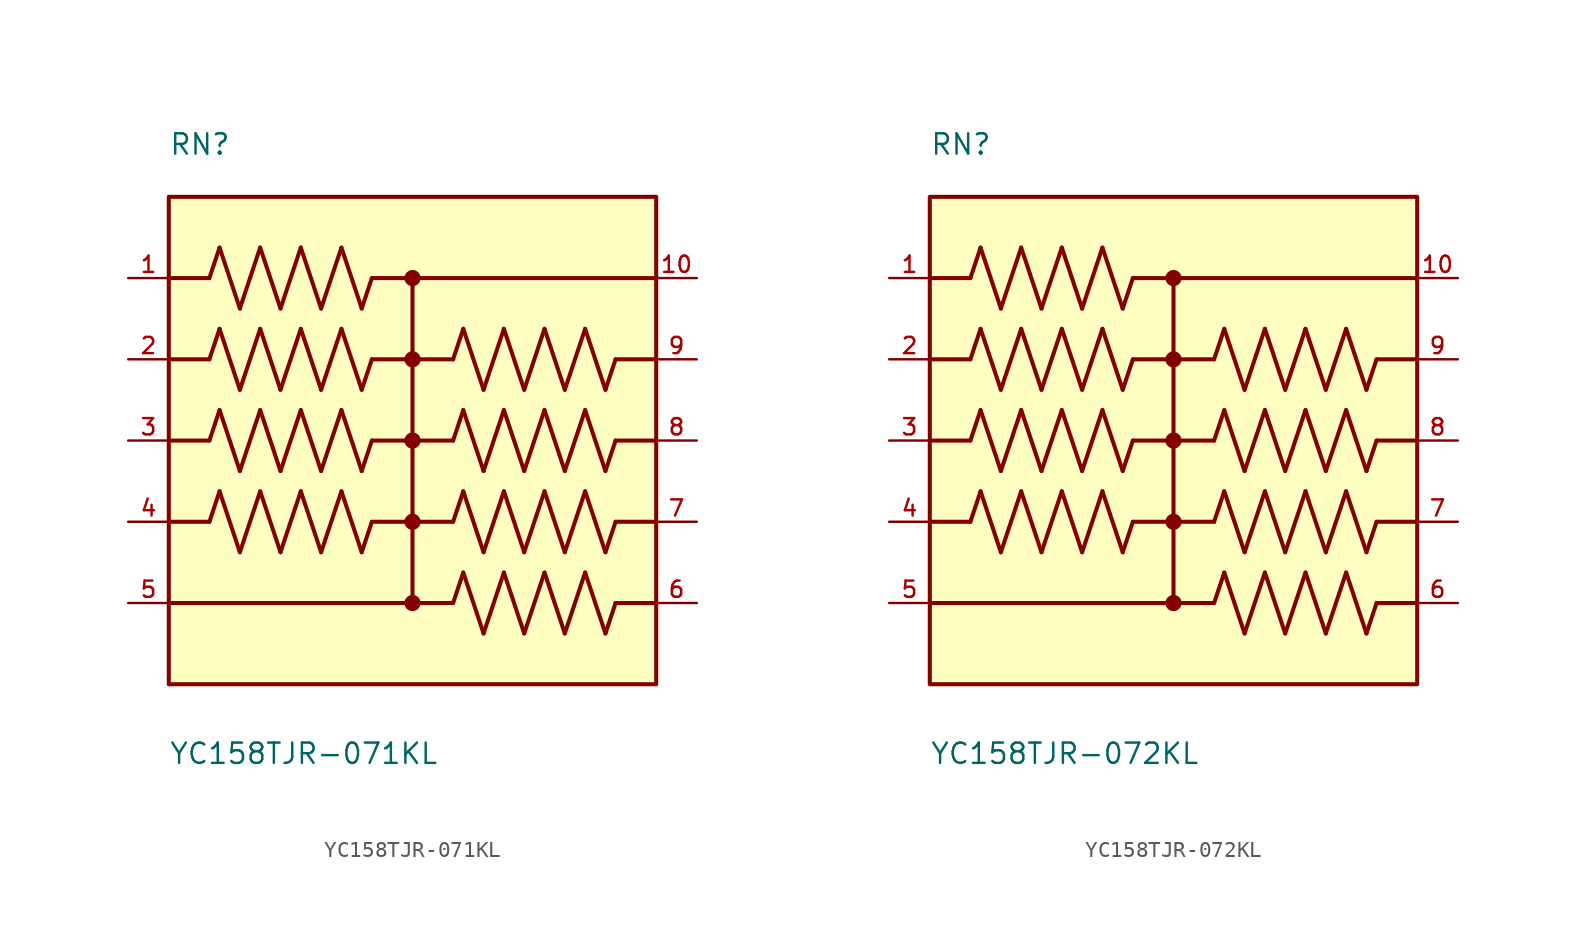
<source format=kicad_sym>
(kicad_symbol_lib
  (version 20231120)
  (generator "kicad_symbol_editor")
  (generator_version "8.0")
  (symbol "YC158TJR-071KL"
    (pin_names
      (offset 1.016))
    (property "Reference" "RN"
      (at -15.24 17.78 0)
      (effects (font (size 1.27 1.27)) (justify left bottom)))
    (property "Value" "YC158TJR-071KL"
      (at -15.24 -20.32 0)
      (effects (font (size 1.27 1.27)) (justify left bottom)))
    (symbol "YC158TJR-071KL_0_0"
      (rectangle (start -15.24 -15.24) (end 15.24 15.24) (stroke (width 0.254) (type default)) (fill (type background)))
      (circle (center 0 -10.16) (radius 0.254) (stroke (width 0.508) (type default)) (fill (type none)))
      (circle (center 0 -5.08) (radius 0.254) (stroke (width 0.508) (type default)) (fill (type none)))
      (polyline (pts (xy -12.7 -5.08) (xy -15.24 -5.08)) (stroke (width 0.254) (type default)) (fill (type none)))
      (polyline (pts (xy -12.7 -5.08) (xy -12.065 -3.175)) (stroke (width 0.254) (type default)) (fill (type none)))
      (polyline (pts (xy -12.7 0) (xy -15.24 0)) (stroke (width 0.254) (type default)) (fill (type none)))
      (polyline (pts (xy -12.7 0) (xy -12.065 1.905)) (stroke (width 0.254) (type default)) (fill (type none)))
      (polyline (pts (xy -12.7 5.08) (xy -15.24 5.08)) (stroke (width 0.254) (type default)) (fill (type none)))
      (polyline (pts (xy -12.7 5.08) (xy -12.065 6.985)) (stroke (width 0.254) (type default)) (fill (type none)))
      (polyline (pts (xy -12.7 10.16) (xy -15.24 10.16)) (stroke (width 0.254) (type default)) (fill (type none)))
      (polyline (pts (xy -12.7 10.16) (xy -12.065 12.065)) (stroke (width 0.254) (type default)) (fill (type none)))
      (polyline (pts (xy -12.065 -3.175) (xy -10.795 -6.985)) (stroke (width 0.254) (type default)) (fill (type none)))
      (polyline (pts (xy -12.065 1.905) (xy -10.795 -1.905)) (stroke (width 0.254) (type default)) (fill (type none)))
      (polyline (pts (xy -12.065 6.985) (xy -10.795 3.175)) (stroke (width 0.254) (type default)) (fill (type none)))
      (polyline (pts (xy -12.065 12.065) (xy -10.795 8.255)) (stroke (width 0.254) (type default)) (fill (type none)))
      (polyline (pts (xy -10.795 -6.985) (xy -9.525 -3.175)) (stroke (width 0.254) (type default)) (fill (type none)))
      (polyline (pts (xy -10.795 -1.905) (xy -9.525 1.905)) (stroke (width 0.254) (type default)) (fill (type none)))
      (polyline (pts (xy -10.795 3.175) (xy -9.525 6.985)) (stroke (width 0.254) (type default)) (fill (type none)))
      (polyline (pts (xy -10.795 8.255) (xy -9.525 12.065)) (stroke (width 0.254) (type default)) (fill (type none)))
      (polyline (pts (xy -9.525 -3.175) (xy -8.255 -6.985)) (stroke (width 0.254) (type default)) (fill (type none)))
      (polyline (pts (xy -9.525 1.905) (xy -8.255 -1.905)) (stroke (width 0.254) (type default)) (fill (type none)))
      (polyline (pts (xy -9.525 6.985) (xy -8.255 3.175)) (stroke (width 0.254) (type default)) (fill (type none)))
      (polyline (pts (xy -9.525 12.065) (xy -8.255 8.255)) (stroke (width 0.254) (type default)) (fill (type none)))
      (polyline (pts (xy -8.255 -6.985) (xy -6.985 -3.175)) (stroke (width 0.254) (type default)) (fill (type none)))
      (polyline (pts (xy -8.255 -1.905) (xy -6.985 1.905)) (stroke (width 0.254) (type default)) (fill (type none)))
      (polyline (pts (xy -8.255 3.175) (xy -6.985 6.985)) (stroke (width 0.254) (type default)) (fill (type none)))
      (polyline (pts (xy -8.255 8.255) (xy -6.985 12.065)) (stroke (width 0.254) (type default)) (fill (type none)))
      (polyline (pts (xy -6.985 -3.175) (xy -5.715 -6.985)) (stroke (width 0.254) (type default)) (fill (type none)))
      (polyline (pts (xy -6.985 1.905) (xy -5.715 -1.905)) (stroke (width 0.254) (type default)) (fill (type none)))
      (polyline (pts (xy -6.985 6.985) (xy -5.715 3.175)) (stroke (width 0.254) (type default)) (fill (type none)))
      (polyline (pts (xy -6.985 12.065) (xy -5.715 8.255)) (stroke (width 0.254) (type default)) (fill (type none)))
      (polyline (pts (xy -5.715 -6.985) (xy -4.445 -3.175)) (stroke (width 0.254) (type default)) (fill (type none)))
      (polyline (pts (xy -5.715 -1.905) (xy -4.445 1.905)) (stroke (width 0.254) (type default)) (fill (type none)))
      (polyline (pts (xy -5.715 3.175) (xy -4.445 6.985)) (stroke (width 0.254) (type default)) (fill (type none)))
      (polyline (pts (xy -5.715 8.255) (xy -4.445 12.065)) (stroke (width 0.254) (type default)) (fill (type none)))
      (polyline (pts (xy -4.445 -3.175) (xy -3.175 -6.985)) (stroke (width 0.254) (type default)) (fill (type none)))
      (polyline (pts (xy -4.445 1.905) (xy -3.175 -1.905)) (stroke (width 0.254) (type default)) (fill (type none)))
      (polyline (pts (xy -4.445 6.985) (xy -3.175 3.175)) (stroke (width 0.254) (type default)) (fill (type none)))
      (polyline (pts (xy -4.445 12.065) (xy -3.175 8.255)) (stroke (width 0.254) (type default)) (fill (type none)))
      (polyline (pts (xy -3.175 -6.985) (xy -2.54 -5.08)) (stroke (width 0.254) (type default)) (fill (type none)))
      (polyline (pts (xy -3.175 -1.905) (xy -2.54 0)) (stroke (width 0.254) (type default)) (fill (type none)))
      (polyline (pts (xy -3.175 3.175) (xy -2.54 5.08)) (stroke (width 0.254) (type default)) (fill (type none)))
      (polyline (pts (xy -3.175 8.255) (xy -2.54 10.16)) (stroke (width 0.254) (type default)) (fill (type none)))
      (polyline (pts (xy -2.54 5.08) (xy 2.54 5.08)) (stroke (width 0.254) (type default)) (fill (type none)))
      (polyline (pts (xy -2.54 10.16) (xy 0 10.16)) (stroke (width 0.254) (type default)) (fill (type none)))
      (polyline (pts (xy 0 -10.16) (xy -15.24 -10.16)) (stroke (width 0.254) (type default)) (fill (type none)))
      (polyline (pts (xy 0 10.16) (xy 0 -10.16)) (stroke (width 0.254) (type default)) (fill (type none)))
      (polyline (pts (xy 0 10.16) (xy 15.24 10.16)) (stroke (width 0.254) (type default)) (fill (type none)))
      (polyline (pts (xy 2.54 -10.16) (xy 0 -10.16)) (stroke (width 0.254) (type default)) (fill (type none)))
      (polyline (pts (xy 2.54 -10.16) (xy 3.175 -8.255)) (stroke (width 0.254) (type default)) (fill (type none)))
      (polyline (pts (xy 2.54 -5.08) (xy -2.54 -5.08)) (stroke (width 0.254) (type default)) (fill (type none)))
      (polyline (pts (xy 2.54 -5.08) (xy 3.175 -3.175)) (stroke (width 0.254) (type default)) (fill (type none)))
      (polyline (pts (xy 2.54 0) (xy -2.54 0)) (stroke (width 0.254) (type default)) (fill (type none)))
      (polyline (pts (xy 2.54 0) (xy 3.175 1.905)) (stroke (width 0.254) (type default)) (fill (type none)))
      (polyline (pts (xy 2.54 5.08) (xy 3.175 6.985)) (stroke (width 0.254) (type default)) (fill (type none)))
      (polyline (pts (xy 3.175 -8.255) (xy 4.445 -12.065)) (stroke (width 0.254) (type default)) (fill (type none)))
      (polyline (pts (xy 3.175 -3.175) (xy 4.445 -6.985)) (stroke (width 0.254) (type default)) (fill (type none)))
      (polyline (pts (xy 3.175 1.905) (xy 4.445 -1.905)) (stroke (width 0.254) (type default)) (fill (type none)))
      (polyline (pts (xy 3.175 6.985) (xy 4.445 3.175)) (stroke (width 0.254) (type default)) (fill (type none)))
      (polyline (pts (xy 4.445 -12.065) (xy 5.715 -8.255)) (stroke (width 0.254) (type default)) (fill (type none)))
      (polyline (pts (xy 4.445 -6.985) (xy 5.715 -3.175)) (stroke (width 0.254) (type default)) (fill (type none)))
      (polyline (pts (xy 4.445 -1.905) (xy 5.715 1.905)) (stroke (width 0.254) (type default)) (fill (type none)))
      (polyline (pts (xy 4.445 3.175) (xy 5.715 6.985)) (stroke (width 0.254) (type default)) (fill (type none)))
      (polyline (pts (xy 5.715 -8.255) (xy 6.985 -12.065)) (stroke (width 0.254) (type default)) (fill (type none)))
      (polyline (pts (xy 5.715 -3.175) (xy 6.985 -6.985)) (stroke (width 0.254) (type default)) (fill (type none)))
      (polyline (pts (xy 5.715 1.905) (xy 6.985 -1.905)) (stroke (width 0.254) (type default)) (fill (type none)))
      (polyline (pts (xy 5.715 6.985) (xy 6.985 3.175)) (stroke (width 0.254) (type default)) (fill (type none)))
      (polyline (pts (xy 6.985 -12.065) (xy 8.255 -8.255)) (stroke (width 0.254) (type default)) (fill (type none)))
      (polyline (pts (xy 6.985 -6.985) (xy 8.255 -3.175)) (stroke (width 0.254) (type default)) (fill (type none)))
      (polyline (pts (xy 6.985 -1.905) (xy 8.255 1.905)) (stroke (width 0.254) (type default)) (fill (type none)))
      (polyline (pts (xy 6.985 3.175) (xy 8.255 6.985)) (stroke (width 0.254) (type default)) (fill (type none)))
      (polyline (pts (xy 8.255 -8.255) (xy 9.525 -12.065)) (stroke (width 0.254) (type default)) (fill (type none)))
      (polyline (pts (xy 8.255 -3.175) (xy 9.525 -6.985)) (stroke (width 0.254) (type default)) (fill (type none)))
      (polyline (pts (xy 8.255 1.905) (xy 9.525 -1.905)) (stroke (width 0.254) (type default)) (fill (type none)))
      (polyline (pts (xy 8.255 6.985) (xy 9.525 3.175)) (stroke (width 0.254) (type default)) (fill (type none)))
      (polyline (pts (xy 9.525 -12.065) (xy 10.795 -8.255)) (stroke (width 0.254) (type default)) (fill (type none)))
      (polyline (pts (xy 9.525 -6.985) (xy 10.795 -3.175)) (stroke (width 0.254) (type default)) (fill (type none)))
      (polyline (pts (xy 9.525 -1.905) (xy 10.795 1.905)) (stroke (width 0.254) (type default)) (fill (type none)))
      (polyline (pts (xy 9.525 3.175) (xy 10.795 6.985)) (stroke (width 0.254) (type default)) (fill (type none)))
      (polyline (pts (xy 10.795 -8.255) (xy 12.065 -12.065)) (stroke (width 0.254) (type default)) (fill (type none)))
      (polyline (pts (xy 10.795 -3.175) (xy 12.065 -6.985)) (stroke (width 0.254) (type default)) (fill (type none)))
      (polyline (pts (xy 10.795 1.905) (xy 12.065 -1.905)) (stroke (width 0.254) (type default)) (fill (type none)))
      (polyline (pts (xy 10.795 6.985) (xy 12.065 3.175)) (stroke (width 0.254) (type default)) (fill (type none)))
      (polyline (pts (xy 12.065 -12.065) (xy 12.7 -10.16)) (stroke (width 0.254) (type default)) (fill (type none)))
      (polyline (pts (xy 12.065 -6.985) (xy 12.7 -5.08)) (stroke (width 0.254) (type default)) (fill (type none)))
      (polyline (pts (xy 12.065 -1.905) (xy 12.7 0)) (stroke (width 0.254) (type default)) (fill (type none)))
      (polyline (pts (xy 12.065 3.175) (xy 12.7 5.08)) (stroke (width 0.254) (type default)) (fill (type none)))
      (polyline (pts (xy 15.24 -10.16) (xy 12.7 -10.16)) (stroke (width 0.254) (type default)) (fill (type none)))
      (polyline (pts (xy 15.24 -5.08) (xy 12.7 -5.08)) (stroke (width 0.254) (type default)) (fill (type none)))
      (polyline (pts (xy 15.24 0) (xy 12.7 0)) (stroke (width 0.254) (type default)) (fill (type none)))
      (polyline (pts (xy 15.24 5.08) (xy 12.7 5.08)) (stroke (width 0.254) (type default)) (fill (type none)))
      (circle (center 0 0) (radius 0.254) (stroke (width 0.508) (type default)) (fill (type none)))
      (circle (center 0 5.08) (radius 0.254) (stroke (width 0.508) (type default)) (fill (type none)))
      (circle (center 0 10.16) (radius 0.254) (stroke (width 0.508) (type default)) (fill (type none)))
      (pin passive line (at -17.78 10.16 0) (length 2.54) (name "~" (effects (font (size 1.016 1.016)))) (number "1" (effects (font (size 1.016 1.016)))))
      (pin passive line (at 17.78 10.16 180) (length 2.54) (name "~" (effects (font (size 1.016 1.016)))) (number "10" (effects (font (size 1.016 1.016)))))
      (pin passive line (at -17.78 5.08 0) (length 2.54) (name "~" (effects (font (size 1.016 1.016)))) (number "2" (effects (font (size 1.016 1.016)))))
      (pin passive line (at -17.78 0 0) (length 2.54) (name "~" (effects (font (size 1.016 1.016)))) (number "3" (effects (font (size 1.016 1.016)))))
      (pin passive line (at -17.78 -5.08 0) (length 2.54) (name "~" (effects (font (size 1.016 1.016)))) (number "4" (effects (font (size 1.016 1.016)))))
      (pin passive line (at -17.78 -10.16 0) (length 2.54) (name "~" (effects (font (size 1.016 1.016)))) (number "5" (effects (font (size 1.016 1.016)))))
      (pin passive line (at 17.78 -10.16 180) (length 2.54) (name "~" (effects (font (size 1.016 1.016)))) (number "6" (effects (font (size 1.016 1.016)))))
      (pin passive line (at 17.78 -5.08 180) (length 2.54) (name "~" (effects (font (size 1.016 1.016)))) (number "7" (effects (font (size 1.016 1.016)))))
      (pin passive line (at 17.78 0 180) (length 2.54) (name "~" (effects (font (size 1.016 1.016)))) (number "8" (effects (font (size 1.016 1.016)))))
      (pin passive line (at 17.78 5.08 180) (length 2.54) (name "~" (effects (font (size 1.016 1.016)))) (number "9" (effects (font (size 1.016 1.016)))))))
  (symbol "YC158TJR-072KL"
    (pin_names
      (offset 1.016))
    (property "Reference" "RN"
      (at -15.24 17.78 0)
      (effects (font (size 1.27 1.27)) (justify left bottom)))
    (property "Value" "YC158TJR-072KL"
      (at -15.24 -20.32 0)
      (effects (font (size 1.27 1.27)) (justify left bottom)))
    (symbol "YC158TJR-072KL_0_0"
      (rectangle (start -15.24 -15.24) (end 15.24 15.24) (stroke (width 0.254) (type default)) (fill (type background)))
      (circle (center 0 -10.16) (radius 0.254) (stroke (width 0.508) (type default)) (fill (type none)))
      (circle (center 0 -5.08) (radius 0.254) (stroke (width 0.508) (type default)) (fill (type none)))
      (polyline (pts (xy -12.7 -5.08) (xy -15.24 -5.08)) (stroke (width 0.254) (type default)) (fill (type none)))
      (polyline (pts (xy -12.7 -5.08) (xy -12.065 -3.175)) (stroke (width 0.254) (type default)) (fill (type none)))
      (polyline (pts (xy -12.7 0) (xy -15.24 0)) (stroke (width 0.254) (type default)) (fill (type none)))
      (polyline (pts (xy -12.7 0) (xy -12.065 1.905)) (stroke (width 0.254) (type default)) (fill (type none)))
      (polyline (pts (xy -12.7 5.08) (xy -15.24 5.08)) (stroke (width 0.254) (type default)) (fill (type none)))
      (polyline (pts (xy -12.7 5.08) (xy -12.065 6.985)) (stroke (width 0.254) (type default)) (fill (type none)))
      (polyline (pts (xy -12.7 10.16) (xy -15.24 10.16)) (stroke (width 0.254) (type default)) (fill (type none)))
      (polyline (pts (xy -12.7 10.16) (xy -12.065 12.065)) (stroke (width 0.254) (type default)) (fill (type none)))
      (polyline (pts (xy -12.065 -3.175) (xy -10.795 -6.985)) (stroke (width 0.254) (type default)) (fill (type none)))
      (polyline (pts (xy -12.065 1.905) (xy -10.795 -1.905)) (stroke (width 0.254) (type default)) (fill (type none)))
      (polyline (pts (xy -12.065 6.985) (xy -10.795 3.175)) (stroke (width 0.254) (type default)) (fill (type none)))
      (polyline (pts (xy -12.065 12.065) (xy -10.795 8.255)) (stroke (width 0.254) (type default)) (fill (type none)))
      (polyline (pts (xy -10.795 -6.985) (xy -9.525 -3.175)) (stroke (width 0.254) (type default)) (fill (type none)))
      (polyline (pts (xy -10.795 -1.905) (xy -9.525 1.905)) (stroke (width 0.254) (type default)) (fill (type none)))
      (polyline (pts (xy -10.795 3.175) (xy -9.525 6.985)) (stroke (width 0.254) (type default)) (fill (type none)))
      (polyline (pts (xy -10.795 8.255) (xy -9.525 12.065)) (stroke (width 0.254) (type default)) (fill (type none)))
      (polyline (pts (xy -9.525 -3.175) (xy -8.255 -6.985)) (stroke (width 0.254) (type default)) (fill (type none)))
      (polyline (pts (xy -9.525 1.905) (xy -8.255 -1.905)) (stroke (width 0.254) (type default)) (fill (type none)))
      (polyline (pts (xy -9.525 6.985) (xy -8.255 3.175)) (stroke (width 0.254) (type default)) (fill (type none)))
      (polyline (pts (xy -9.525 12.065) (xy -8.255 8.255)) (stroke (width 0.254) (type default)) (fill (type none)))
      (polyline (pts (xy -8.255 -6.985) (xy -6.985 -3.175)) (stroke (width 0.254) (type default)) (fill (type none)))
      (polyline (pts (xy -8.255 -1.905) (xy -6.985 1.905)) (stroke (width 0.254) (type default)) (fill (type none)))
      (polyline (pts (xy -8.255 3.175) (xy -6.985 6.985)) (stroke (width 0.254) (type default)) (fill (type none)))
      (polyline (pts (xy -8.255 8.255) (xy -6.985 12.065)) (stroke (width 0.254) (type default)) (fill (type none)))
      (polyline (pts (xy -6.985 -3.175) (xy -5.715 -6.985)) (stroke (width 0.254) (type default)) (fill (type none)))
      (polyline (pts (xy -6.985 1.905) (xy -5.715 -1.905)) (stroke (width 0.254) (type default)) (fill (type none)))
      (polyline (pts (xy -6.985 6.985) (xy -5.715 3.175)) (stroke (width 0.254) (type default)) (fill (type none)))
      (polyline (pts (xy -6.985 12.065) (xy -5.715 8.255)) (stroke (width 0.254) (type default)) (fill (type none)))
      (polyline (pts (xy -5.715 -6.985) (xy -4.445 -3.175)) (stroke (width 0.254) (type default)) (fill (type none)))
      (polyline (pts (xy -5.715 -1.905) (xy -4.445 1.905)) (stroke (width 0.254) (type default)) (fill (type none)))
      (polyline (pts (xy -5.715 3.175) (xy -4.445 6.985)) (stroke (width 0.254) (type default)) (fill (type none)))
      (polyline (pts (xy -5.715 8.255) (xy -4.445 12.065)) (stroke (width 0.254) (type default)) (fill (type none)))
      (polyline (pts (xy -4.445 -3.175) (xy -3.175 -6.985)) (stroke (width 0.254) (type default)) (fill (type none)))
      (polyline (pts (xy -4.445 1.905) (xy -3.175 -1.905)) (stroke (width 0.254) (type default)) (fill (type none)))
      (polyline (pts (xy -4.445 6.985) (xy -3.175 3.175)) (stroke (width 0.254) (type default)) (fill (type none)))
      (polyline (pts (xy -4.445 12.065) (xy -3.175 8.255)) (stroke (width 0.254) (type default)) (fill (type none)))
      (polyline (pts (xy -3.175 -6.985) (xy -2.54 -5.08)) (stroke (width 0.254) (type default)) (fill (type none)))
      (polyline (pts (xy -3.175 -1.905) (xy -2.54 0)) (stroke (width 0.254) (type default)) (fill (type none)))
      (polyline (pts (xy -3.175 3.175) (xy -2.54 5.08)) (stroke (width 0.254) (type default)) (fill (type none)))
      (polyline (pts (xy -3.175 8.255) (xy -2.54 10.16)) (stroke (width 0.254) (type default)) (fill (type none)))
      (polyline (pts (xy -2.54 5.08) (xy 2.54 5.08)) (stroke (width 0.254) (type default)) (fill (type none)))
      (polyline (pts (xy -2.54 10.16) (xy 0 10.16)) (stroke (width 0.254) (type default)) (fill (type none)))
      (polyline (pts (xy 0 -10.16) (xy -15.24 -10.16)) (stroke (width 0.254) (type default)) (fill (type none)))
      (polyline (pts (xy 0 10.16) (xy 0 -10.16)) (stroke (width 0.254) (type default)) (fill (type none)))
      (polyline (pts (xy 0 10.16) (xy 15.24 10.16)) (stroke (width 0.254) (type default)) (fill (type none)))
      (polyline (pts (xy 2.54 -10.16) (xy 0 -10.16)) (stroke (width 0.254) (type default)) (fill (type none)))
      (polyline (pts (xy 2.54 -10.16) (xy 3.175 -8.255)) (stroke (width 0.254) (type default)) (fill (type none)))
      (polyline (pts (xy 2.54 -5.08) (xy -2.54 -5.08)) (stroke (width 0.254) (type default)) (fill (type none)))
      (polyline (pts (xy 2.54 -5.08) (xy 3.175 -3.175)) (stroke (width 0.254) (type default)) (fill (type none)))
      (polyline (pts (xy 2.54 0) (xy -2.54 0)) (stroke (width 0.254) (type default)) (fill (type none)))
      (polyline (pts (xy 2.54 0) (xy 3.175 1.905)) (stroke (width 0.254) (type default)) (fill (type none)))
      (polyline (pts (xy 2.54 5.08) (xy 3.175 6.985)) (stroke (width 0.254) (type default)) (fill (type none)))
      (polyline (pts (xy 3.175 -8.255) (xy 4.445 -12.065)) (stroke (width 0.254) (type default)) (fill (type none)))
      (polyline (pts (xy 3.175 -3.175) (xy 4.445 -6.985)) (stroke (width 0.254) (type default)) (fill (type none)))
      (polyline (pts (xy 3.175 1.905) (xy 4.445 -1.905)) (stroke (width 0.254) (type default)) (fill (type none)))
      (polyline (pts (xy 3.175 6.985) (xy 4.445 3.175)) (stroke (width 0.254) (type default)) (fill (type none)))
      (polyline (pts (xy 4.445 -12.065) (xy 5.715 -8.255)) (stroke (width 0.254) (type default)) (fill (type none)))
      (polyline (pts (xy 4.445 -6.985) (xy 5.715 -3.175)) (stroke (width 0.254) (type default)) (fill (type none)))
      (polyline (pts (xy 4.445 -1.905) (xy 5.715 1.905)) (stroke (width 0.254) (type default)) (fill (type none)))
      (polyline (pts (xy 4.445 3.175) (xy 5.715 6.985)) (stroke (width 0.254) (type default)) (fill (type none)))
      (polyline (pts (xy 5.715 -8.255) (xy 6.985 -12.065)) (stroke (width 0.254) (type default)) (fill (type none)))
      (polyline (pts (xy 5.715 -3.175) (xy 6.985 -6.985)) (stroke (width 0.254) (type default)) (fill (type none)))
      (polyline (pts (xy 5.715 1.905) (xy 6.985 -1.905)) (stroke (width 0.254) (type default)) (fill (type none)))
      (polyline (pts (xy 5.715 6.985) (xy 6.985 3.175)) (stroke (width 0.254) (type default)) (fill (type none)))
      (polyline (pts (xy 6.985 -12.065) (xy 8.255 -8.255)) (stroke (width 0.254) (type default)) (fill (type none)))
      (polyline (pts (xy 6.985 -6.985) (xy 8.255 -3.175)) (stroke (width 0.254) (type default)) (fill (type none)))
      (polyline (pts (xy 6.985 -1.905) (xy 8.255 1.905)) (stroke (width 0.254) (type default)) (fill (type none)))
      (polyline (pts (xy 6.985 3.175) (xy 8.255 6.985)) (stroke (width 0.254) (type default)) (fill (type none)))
      (polyline (pts (xy 8.255 -8.255) (xy 9.525 -12.065)) (stroke (width 0.254) (type default)) (fill (type none)))
      (polyline (pts (xy 8.255 -3.175) (xy 9.525 -6.985)) (stroke (width 0.254) (type default)) (fill (type none)))
      (polyline (pts (xy 8.255 1.905) (xy 9.525 -1.905)) (stroke (width 0.254) (type default)) (fill (type none)))
      (polyline (pts (xy 8.255 6.985) (xy 9.525 3.175)) (stroke (width 0.254) (type default)) (fill (type none)))
      (polyline (pts (xy 9.525 -12.065) (xy 10.795 -8.255)) (stroke (width 0.254) (type default)) (fill (type none)))
      (polyline (pts (xy 9.525 -6.985) (xy 10.795 -3.175)) (stroke (width 0.254) (type default)) (fill (type none)))
      (polyline (pts (xy 9.525 -1.905) (xy 10.795 1.905)) (stroke (width 0.254) (type default)) (fill (type none)))
      (polyline (pts (xy 9.525 3.175) (xy 10.795 6.985)) (stroke (width 0.254) (type default)) (fill (type none)))
      (polyline (pts (xy 10.795 -8.255) (xy 12.065 -12.065)) (stroke (width 0.254) (type default)) (fill (type none)))
      (polyline (pts (xy 10.795 -3.175) (xy 12.065 -6.985)) (stroke (width 0.254) (type default)) (fill (type none)))
      (polyline (pts (xy 10.795 1.905) (xy 12.065 -1.905)) (stroke (width 0.254) (type default)) (fill (type none)))
      (polyline (pts (xy 10.795 6.985) (xy 12.065 3.175)) (stroke (width 0.254) (type default)) (fill (type none)))
      (polyline (pts (xy 12.065 -12.065) (xy 12.7 -10.16)) (stroke (width 0.254) (type default)) (fill (type none)))
      (polyline (pts (xy 12.065 -6.985) (xy 12.7 -5.08)) (stroke (width 0.254) (type default)) (fill (type none)))
      (polyline (pts (xy 12.065 -1.905) (xy 12.7 0)) (stroke (width 0.254) (type default)) (fill (type none)))
      (polyline (pts (xy 12.065 3.175) (xy 12.7 5.08)) (stroke (width 0.254) (type default)) (fill (type none)))
      (polyline (pts (xy 15.24 -10.16) (xy 12.7 -10.16)) (stroke (width 0.254) (type default)) (fill (type none)))
      (polyline (pts (xy 15.24 -5.08) (xy 12.7 -5.08)) (stroke (width 0.254) (type default)) (fill (type none)))
      (polyline (pts (xy 15.24 0) (xy 12.7 0)) (stroke (width 0.254) (type default)) (fill (type none)))
      (polyline (pts (xy 15.24 5.08) (xy 12.7 5.08)) (stroke (width 0.254) (type default)) (fill (type none)))
      (circle (center 0 0) (radius 0.254) (stroke (width 0.508) (type default)) (fill (type none)))
      (circle (center 0 5.08) (radius 0.254) (stroke (width 0.508) (type default)) (fill (type none)))
      (circle (center 0 10.16) (radius 0.254) (stroke (width 0.508) (type default)) (fill (type none)))
      (pin passive line (at -17.78 10.16 0) (length 2.54) (name "~" (effects (font (size 1.016 1.016)))) (number "1" (effects (font (size 1.016 1.016)))))
      (pin passive line (at 17.78 10.16 180) (length 2.54) (name "~" (effects (font (size 1.016 1.016)))) (number "10" (effects (font (size 1.016 1.016)))))
      (pin passive line (at -17.78 5.08 0) (length 2.54) (name "~" (effects (font (size 1.016 1.016)))) (number "2" (effects (font (size 1.016 1.016)))))
      (pin passive line (at -17.78 0 0) (length 2.54) (name "~" (effects (font (size 1.016 1.016)))) (number "3" (effects (font (size 1.016 1.016)))))
      (pin passive line (at -17.78 -5.08 0) (length 2.54) (name "~" (effects (font (size 1.016 1.016)))) (number "4" (effects (font (size 1.016 1.016)))))
      (pin passive line (at -17.78 -10.16 0) (length 2.54) (name "~" (effects (font (size 1.016 1.016)))) (number "5" (effects (font (size 1.016 1.016)))))
      (pin passive line (at 17.78 -10.16 180) (length 2.54) (name "~" (effects (font (size 1.016 1.016)))) (number "6" (effects (font (size 1.016 1.016)))))
      (pin passive line (at 17.78 -5.08 180) (length 2.54) (name "~" (effects (font (size 1.016 1.016)))) (number "7" (effects (font (size 1.016 1.016)))))
      (pin passive line (at 17.78 0 180) (length 2.54) (name "~" (effects (font (size 1.016 1.016)))) (number "8" (effects (font (size 1.016 1.016)))))
      (pin passive line (at 17.78 5.08 180) (length 2.54) (name "~" (effects (font (size 1.016 1.016)))) (number "9" (effects (font (size 1.016 1.016))))))))
</source>
